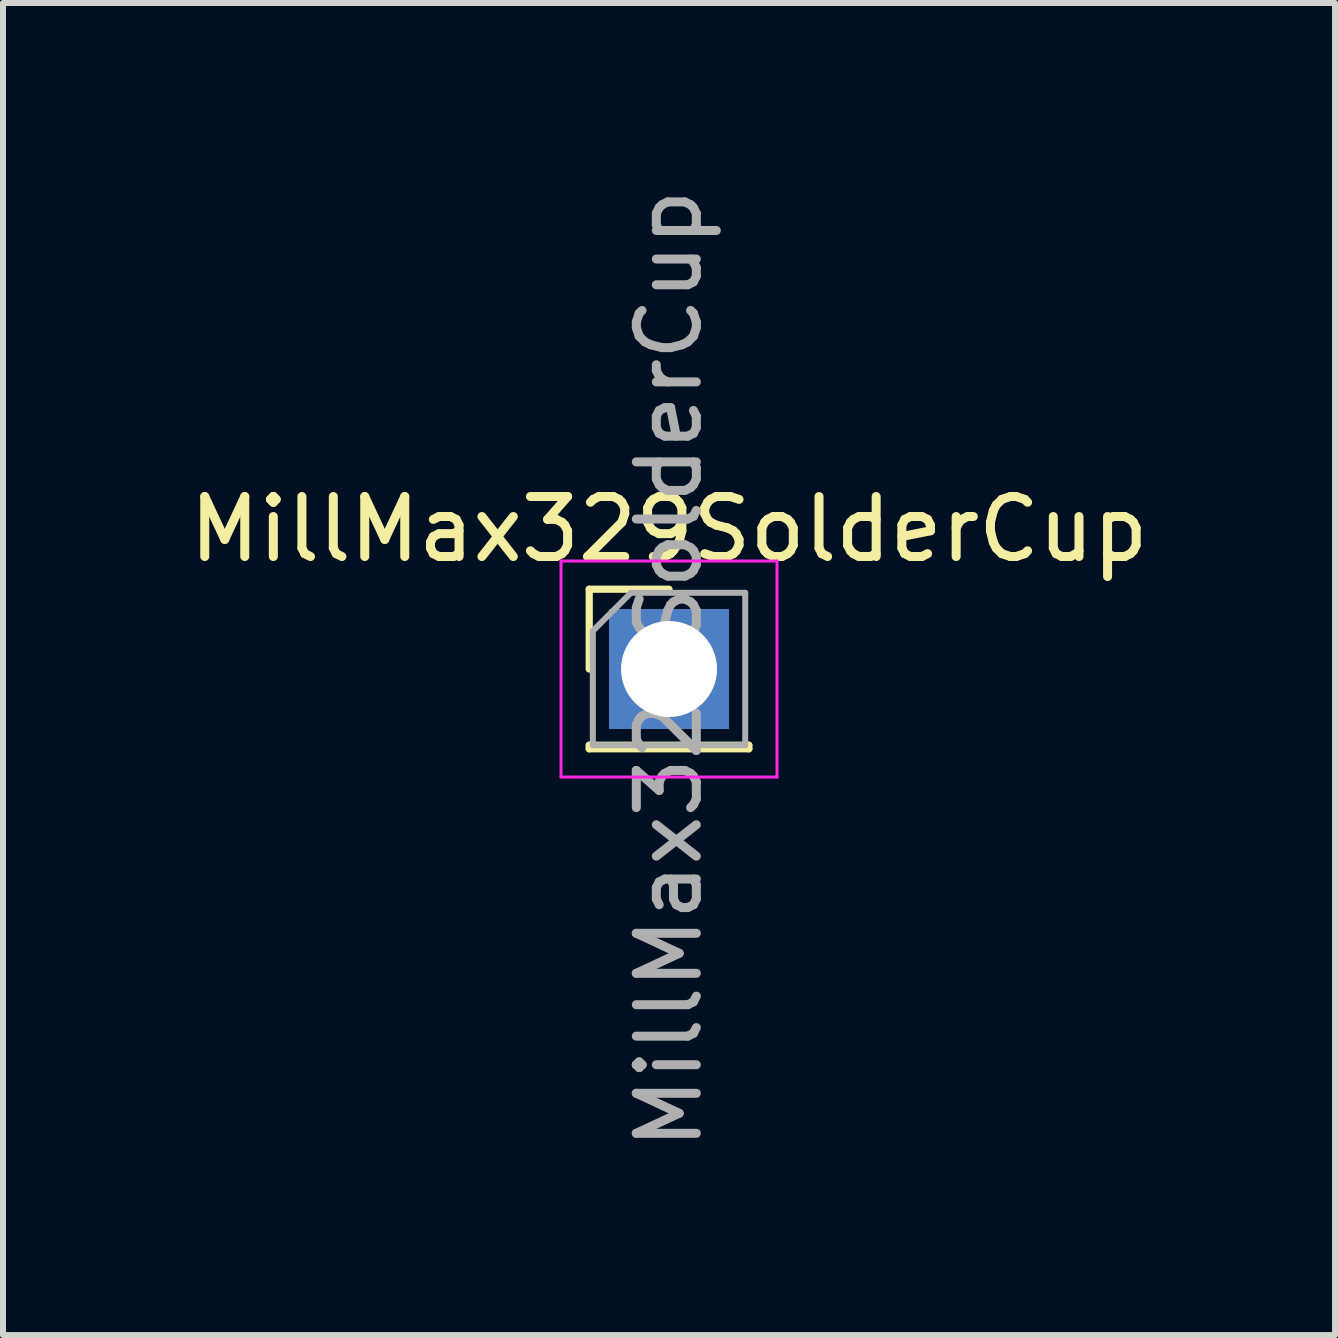
<source format=kicad_pcb>
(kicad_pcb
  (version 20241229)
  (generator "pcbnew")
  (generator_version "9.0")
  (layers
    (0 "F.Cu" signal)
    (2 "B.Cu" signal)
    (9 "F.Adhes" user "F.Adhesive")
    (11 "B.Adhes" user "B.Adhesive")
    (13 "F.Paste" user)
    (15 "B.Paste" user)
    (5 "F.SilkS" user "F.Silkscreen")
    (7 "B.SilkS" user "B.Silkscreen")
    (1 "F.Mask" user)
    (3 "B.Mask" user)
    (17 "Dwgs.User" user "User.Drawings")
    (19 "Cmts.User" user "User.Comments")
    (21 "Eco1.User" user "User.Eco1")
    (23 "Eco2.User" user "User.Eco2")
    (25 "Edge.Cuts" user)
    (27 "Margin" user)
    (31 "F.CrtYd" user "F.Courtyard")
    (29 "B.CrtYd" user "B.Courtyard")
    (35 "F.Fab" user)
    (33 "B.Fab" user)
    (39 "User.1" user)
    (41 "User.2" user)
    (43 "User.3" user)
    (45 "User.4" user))
  (footprint "MillMax329SolderCup"
    (layer "F.Cu")
    (at 8.101 8.101)
    (property "Reference" "MillMax329SolderCup" (at 0 -2.33 0) (layer "F.SilkS") (effects (font (size 1 1) (thickness 0.15))))
    (attr through_hole)
    (fp_line (start -1.33 -1.33) (end 0 -1.33) (stroke (width 0.12) (type solid)) (layer "F.SilkS"))
    (fp_line (start -1.33 0) (end -1.33 -1.33) (stroke (width 0.12) (type solid)) (layer "F.SilkS"))
    (fp_line (start -1.33 1.27) (end -1.33 1.33) (stroke (width 0.12) (type solid)) (layer "F.SilkS"))
    (fp_line (start -1.33 1.27) (end 1.33 1.27) (stroke (width 0.12) (type solid)) (layer "F.SilkS"))
    (fp_line (start -1.33 1.33) (end 1.33 1.33) (stroke (width 0.12) (type solid)) (layer "F.SilkS"))
    (fp_line (start 1.33 1.27) (end 1.33 1.33) (stroke (width 0.12) (type solid)) (layer "F.SilkS"))
    (fp_line (start -1.8 -1.8) (end -1.8 1.8) (stroke (width 0.05) (type solid)) (layer "F.CrtYd"))
    (fp_line (start -1.8 1.8) (end 1.8 1.8) (stroke (width 0.05) (type solid)) (layer "F.CrtYd"))
    (fp_line (start 1.8 -1.8) (end -1.8 -1.8) (stroke (width 0.05) (type solid)) (layer "F.CrtYd"))
    (fp_line (start 1.8 1.8) (end 1.8 -1.8) (stroke (width 0.05) (type solid)) (layer "F.CrtYd"))
    (fp_line (start -1.27 -0.635) (end -0.635 -1.27) (stroke (width 0.1) (type solid)) (layer "F.Fab"))
    (fp_line (start -1.27 1.27) (end -1.27 -0.635) (stroke (width 0.1) (type solid)) (layer "F.Fab"))
    (fp_line (start -0.635 -1.27) (end 1.27 -1.27) (stroke (width 0.1) (type solid)) (layer "F.Fab"))
    (fp_line (start 1.27 -1.27) (end 1.27 1.27) (stroke (width 0.1) (type solid)) (layer "F.Fab"))
    (fp_line (start 1.27 1.27) (end -1.27 1.27) (stroke (width 0.1) (type solid)) (layer "F.Fab"))
    (fp_text user "${REFERENCE}" (at 0 0 90) (layer "F.Fab") (effects (font (size 1 1) (thickness 0.15))))
    (pad "1" thru_hole rect (at 0 0) (size 2 2) (drill 1.6) (layers "*.Cu" "*.Mask")))
  (gr_rect
    (start -3 -3)
    (end 19.202 19.202)
    (stroke (width 0.1) (type default))
    (fill no)
    (layer "Edge.Cuts")))
</source>
